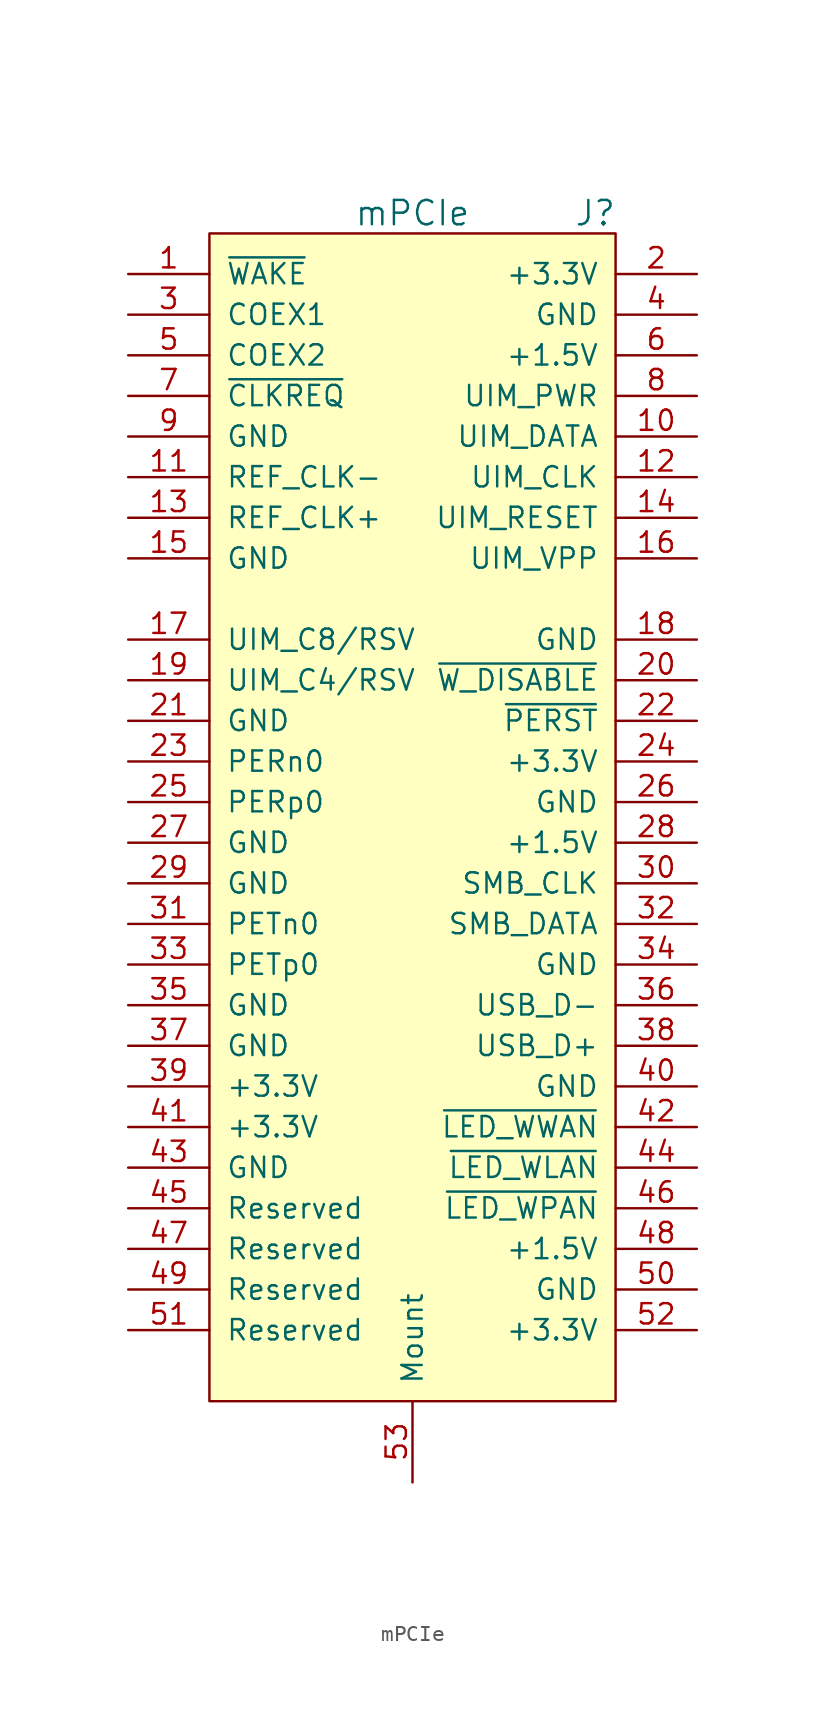
<source format=kicad_sym>
(kicad_symbol_lib
  (version 20211014)
  (generator kicad_symbol_editor)
  (symbol "mPCIe"
    (pin_names
      (offset 1.016))
    (property "Reference" "J"
      (at 11.43 35.56 0)
      (effects (font (size 1.524 1.524))))
    (property "Value" "mPCIe"
      (at 0 35.56 0)
      (effects (font (size 1.524 1.524))))
    (symbol "mPCIe_0_1"
      (rectangle (start -12.7 -38.735) (end 12.7 34.29) (stroke (width 0) (type default) (color 0 0 0 0)) (fill (type background))))
    (symbol "mPCIe_1_1"
      (pin output line (at -17.78 31.75 0) (length 5.08) (name "~{WAKE}" (effects (font (size 1.27 1.27)))) (number "1" (effects (font (size 1.27 1.27)))))
      (pin bidirectional line (at 17.78 21.59 180) (length 5.08) (name "UIM_DATA" (effects (font (size 1.27 1.27)))) (number "10" (effects (font (size 1.27 1.27)))))
      (pin input line (at -17.78 19.05 0) (length 5.08) (name "REF_CLK-" (effects (font (size 1.27 1.27)))) (number "11" (effects (font (size 1.27 1.27)))))
      (pin output line (at 17.78 19.05 180) (length 5.08) (name "UIM_CLK" (effects (font (size 1.27 1.27)))) (number "12" (effects (font (size 1.27 1.27)))))
      (pin input line (at -17.78 16.51 0) (length 5.08) (name "REF_CLK+" (effects (font (size 1.27 1.27)))) (number "13" (effects (font (size 1.27 1.27)))))
      (pin output line (at 17.78 16.51 180) (length 5.08) (name "UIM_RESET" (effects (font (size 1.27 1.27)))) (number "14" (effects (font (size 1.27 1.27)))))
      (pin power_in line (at -17.78 13.97 0) (length 5.08) (name "GND" (effects (font (size 1.27 1.27)))) (number "15" (effects (font (size 1.27 1.27)))))
      (pin power_out line (at 17.78 13.97 180) (length 5.08) (name "UIM_VPP" (effects (font (size 1.27 1.27)))) (number "16" (effects (font (size 1.27 1.27)))))
      (pin bidirectional line (at -17.78 8.89 0) (length 5.08) (name "UIM_C8/RSV" (effects (font (size 1.27 1.27)))) (number "17" (effects (font (size 1.27 1.27)))))
      (pin power_in line (at 17.78 8.89 180) (length 5.08) (name "GND" (effects (font (size 1.27 1.27)))) (number "18" (effects (font (size 1.27 1.27)))))
      (pin bidirectional line (at -17.78 6.35 0) (length 5.08) (name "UIM_C4/RSV" (effects (font (size 1.27 1.27)))) (number "19" (effects (font (size 1.27 1.27)))))
      (pin power_in line (at 17.78 31.75 180) (length 5.08) (name "+3.3V" (effects (font (size 1.27 1.27)))) (number "2" (effects (font (size 1.27 1.27)))))
      (pin input line (at 17.78 6.35 180) (length 5.08) (name "~{W_DISABLE}" (effects (font (size 1.27 1.27)))) (number "20" (effects (font (size 1.27 1.27)))))
      (pin power_in line (at -17.78 3.81 0) (length 5.08) (name "GND" (effects (font (size 1.27 1.27)))) (number "21" (effects (font (size 1.27 1.27)))))
      (pin input line (at 17.78 3.81 180) (length 5.08) (name "~{PERST}" (effects (font (size 1.27 1.27)))) (number "22" (effects (font (size 1.27 1.27)))))
      (pin bidirectional line (at -17.78 1.27 0) (length 5.08) (name "PERn0" (effects (font (size 1.27 1.27)))) (number "23" (effects (font (size 1.27 1.27)))))
      (pin power_in line (at 17.78 1.27 180) (length 5.08) (name "+3.3V" (effects (font (size 1.27 1.27)))) (number "24" (effects (font (size 1.27 1.27)))))
      (pin bidirectional line (at -17.78 -1.27 0) (length 5.08) (name "PERp0" (effects (font (size 1.27 1.27)))) (number "25" (effects (font (size 1.27 1.27)))))
      (pin power_in line (at 17.78 -1.27 180) (length 5.08) (name "GND" (effects (font (size 1.27 1.27)))) (number "26" (effects (font (size 1.27 1.27)))))
      (pin power_in line (at -17.78 -3.81 0) (length 5.08) (name "GND" (effects (font (size 1.27 1.27)))) (number "27" (effects (font (size 1.27 1.27)))))
      (pin power_in line (at 17.78 -3.81 180) (length 5.08) (name "+1.5V" (effects (font (size 1.27 1.27)))) (number "28" (effects (font (size 1.27 1.27)))))
      (pin power_in line (at -17.78 -6.35 0) (length 5.08) (name "GND" (effects (font (size 1.27 1.27)))) (number "29" (effects (font (size 1.27 1.27)))))
      (pin bidirectional line (at -17.78 29.21 0) (length 5.08) (name "COEX1" (effects (font (size 1.27 1.27)))) (number "3" (effects (font (size 1.27 1.27)))))
      (pin input line (at 17.78 -6.35 180) (length 5.08) (name "SMB_CLK" (effects (font (size 1.27 1.27)))) (number "30" (effects (font (size 1.27 1.27)))))
      (pin bidirectional line (at -17.78 -8.89 0) (length 5.08) (name "PETn0" (effects (font (size 1.27 1.27)))) (number "31" (effects (font (size 1.27 1.27)))))
      (pin bidirectional line (at 17.78 -8.89 180) (length 5.08) (name "SMB_DATA" (effects (font (size 1.27 1.27)))) (number "32" (effects (font (size 1.27 1.27)))))
      (pin bidirectional line (at -17.78 -11.43 0) (length 5.08) (name "PETp0" (effects (font (size 1.27 1.27)))) (number "33" (effects (font (size 1.27 1.27)))))
      (pin power_in line (at 17.78 -11.43 180) (length 5.08) (name "GND" (effects (font (size 1.27 1.27)))) (number "34" (effects (font (size 1.27 1.27)))))
      (pin power_in line (at -17.78 -13.97 0) (length 5.08) (name "GND" (effects (font (size 1.27 1.27)))) (number "35" (effects (font (size 1.27 1.27)))))
      (pin bidirectional line (at 17.78 -13.97 180) (length 5.08) (name "USB_D-" (effects (font (size 1.27 1.27)))) (number "36" (effects (font (size 1.27 1.27)))))
      (pin power_in line (at -17.78 -16.51 0) (length 5.08) (name "GND" (effects (font (size 1.27 1.27)))) (number "37" (effects (font (size 1.27 1.27)))))
      (pin bidirectional line (at 17.78 -16.51 180) (length 5.08) (name "USB_D+" (effects (font (size 1.27 1.27)))) (number "38" (effects (font (size 1.27 1.27)))))
      (pin power_in line (at -17.78 -19.05 0) (length 5.08) (name "+3.3V" (effects (font (size 1.27 1.27)))) (number "39" (effects (font (size 1.27 1.27)))))
      (pin power_in line (at 17.78 29.21 180) (length 5.08) (name "GND" (effects (font (size 1.27 1.27)))) (number "4" (effects (font (size 1.27 1.27)))))
      (pin power_in line (at 17.78 -19.05 180) (length 5.08) (name "GND" (effects (font (size 1.27 1.27)))) (number "40" (effects (font (size 1.27 1.27)))))
      (pin power_in line (at -17.78 -21.59 0) (length 5.08) (name "+3.3V" (effects (font (size 1.27 1.27)))) (number "41" (effects (font (size 1.27 1.27)))))
      (pin output line (at 17.78 -21.59 180) (length 5.08) (name "~{LED_WWAN}" (effects (font (size 1.27 1.27)))) (number "42" (effects (font (size 1.27 1.27)))))
      (pin power_in line (at -17.78 -24.13 0) (length 5.08) (name "GND" (effects (font (size 1.27 1.27)))) (number "43" (effects (font (size 1.27 1.27)))))
      (pin output line (at 17.78 -24.13 180) (length 5.08) (name "~{LED_WLAN}" (effects (font (size 1.27 1.27)))) (number "44" (effects (font (size 1.27 1.27)))))
      (pin bidirectional line (at -17.78 -26.67 0) (length 5.08) (name "Reserved" (effects (font (size 1.27 1.27)))) (number "45" (effects (font (size 1.27 1.27)))))
      (pin output line (at 17.78 -26.67 180) (length 5.08) (name "~{LED_WPAN}" (effects (font (size 1.27 1.27)))) (number "46" (effects (font (size 1.27 1.27)))))
      (pin bidirectional line (at -17.78 -29.21 0) (length 5.08) (name "Reserved" (effects (font (size 1.27 1.27)))) (number "47" (effects (font (size 1.27 1.27)))))
      (pin power_in line (at 17.78 -29.21 180) (length 5.08) (name "+1.5V" (effects (font (size 1.27 1.27)))) (number "48" (effects (font (size 1.27 1.27)))))
      (pin bidirectional line (at -17.78 -31.75 0) (length 5.08) (name "Reserved" (effects (font (size 1.27 1.27)))) (number "49" (effects (font (size 1.27 1.27)))))
      (pin bidirectional line (at -17.78 26.67 0) (length 5.08) (name "COEX2" (effects (font (size 1.27 1.27)))) (number "5" (effects (font (size 1.27 1.27)))))
      (pin power_in line (at 17.78 -31.75 180) (length 5.08) (name "GND" (effects (font (size 1.27 1.27)))) (number "50" (effects (font (size 1.27 1.27)))))
      (pin bidirectional line (at -17.78 -34.29 0) (length 5.08) (name "Reserved" (effects (font (size 1.27 1.27)))) (number "51" (effects (font (size 1.27 1.27)))))
      (pin power_in line (at 17.78 -34.29 180) (length 5.08) (name "+3.3V" (effects (font (size 1.27 1.27)))) (number "52" (effects (font (size 1.27 1.27)))))
      (pin power_in line (at 0 -43.815 90) (length 5.08) (name "Mount" (effects (font (size 1.27 1.27)))) (number "53" (effects (font (size 1.27 1.27)))))
      (pin power_in line (at 17.78 26.67 180) (length 5.08) (name "+1.5V" (effects (font (size 1.27 1.27)))) (number "6" (effects (font (size 1.27 1.27)))))
      (pin output line (at -17.78 24.13 0) (length 5.08) (name "~{CLKREQ}" (effects (font (size 1.27 1.27)))) (number "7" (effects (font (size 1.27 1.27)))))
      (pin power_out line (at 17.78 24.13 180) (length 5.08) (name "UIM_PWR" (effects (font (size 1.27 1.27)))) (number "8" (effects (font (size 1.27 1.27)))))
      (pin power_in line (at -17.78 21.59 0) (length 5.08) (name "GND" (effects (font (size 1.27 1.27)))) (number "9" (effects (font (size 1.27 1.27))))))))
</source>
